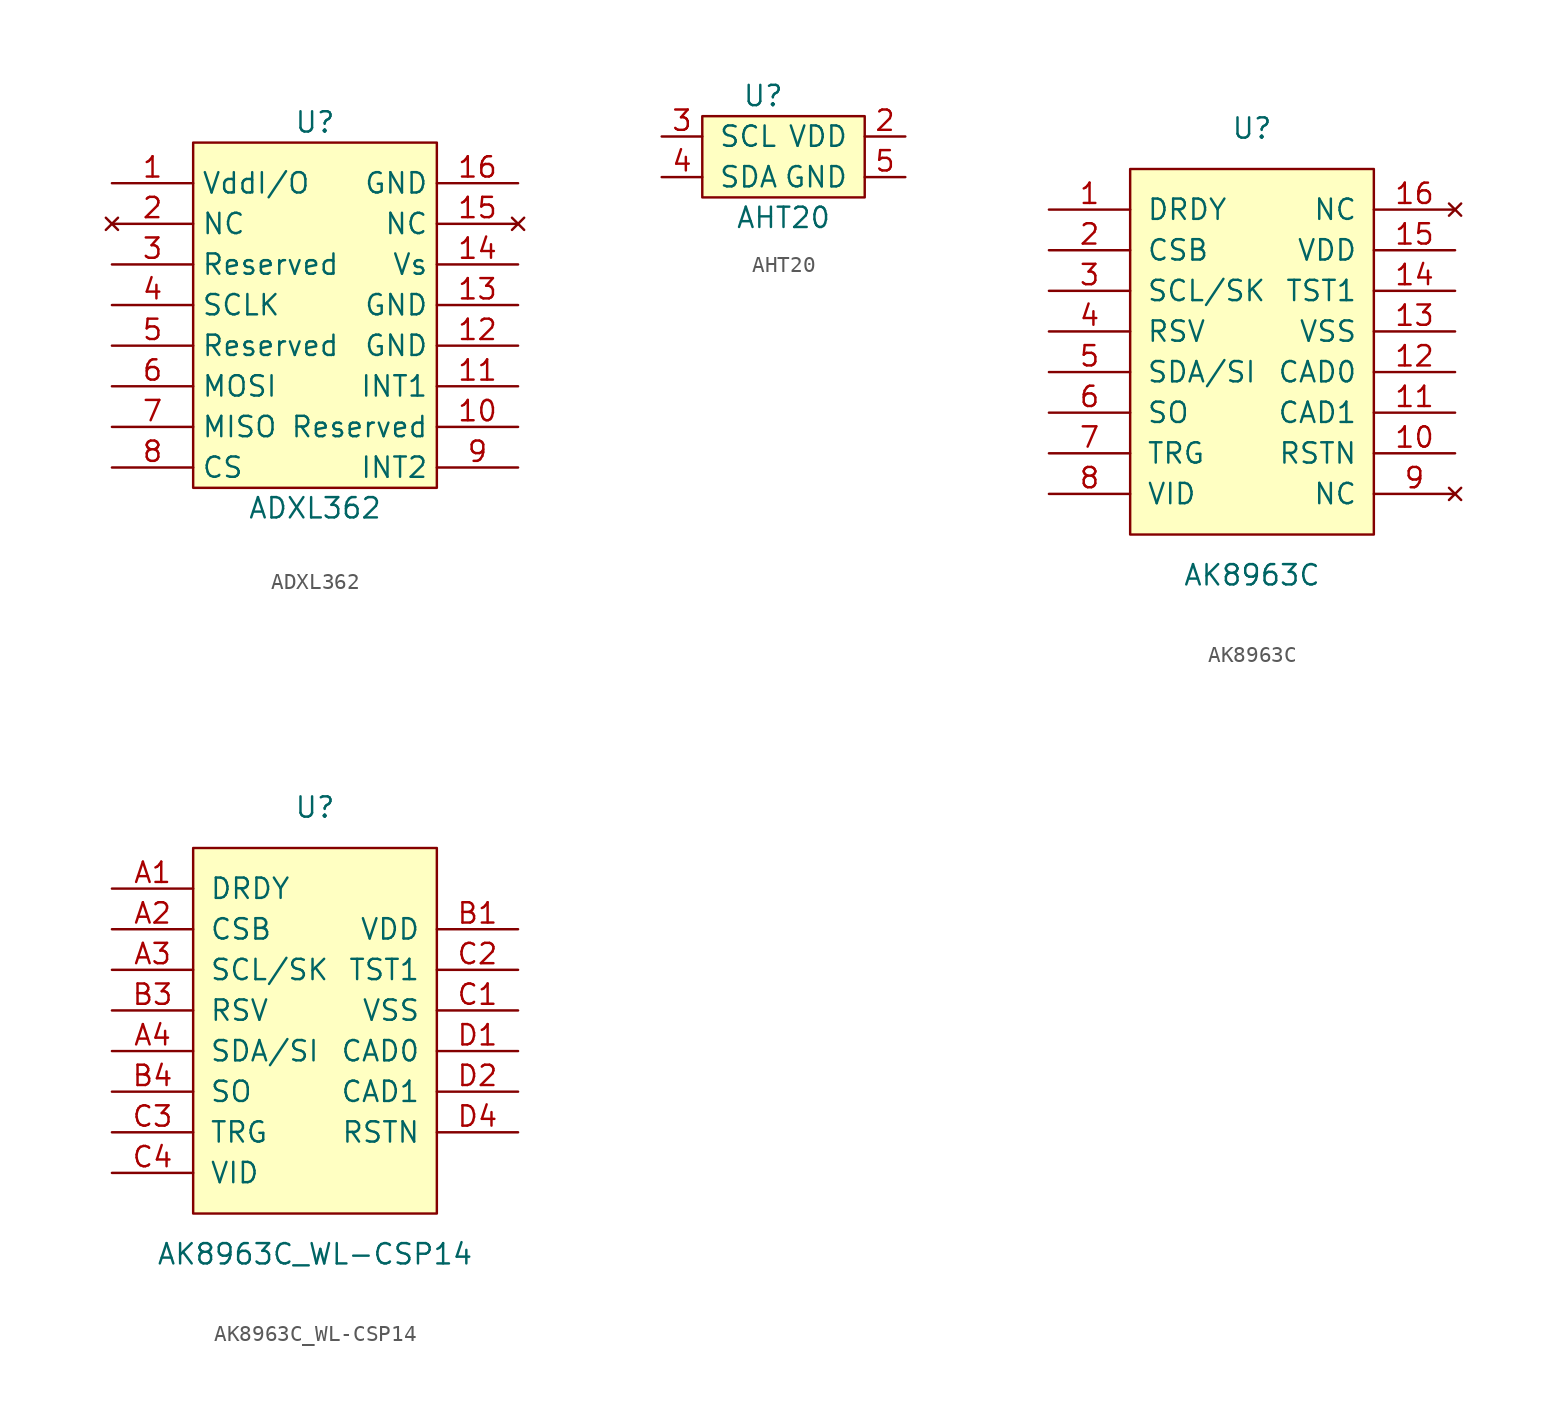
<source format=kicad_sym>
(kicad_symbol_lib
  (version 20220914)
  (generator kicad_symbol_editor)
  (symbol "ADXL362"
    (property "Reference" "U"
      (at 0 12.7 0)
      (effects (font (size 1.27 1.27))))
    (property "Value" "ADXL362"
      (at 0 -11.43 0)
      (effects (font (size 1.27 1.27))))
    (symbol "ADXL362_0_1"
      (rectangle (start 7.62 11.43) (end -7.62 -10.16) (stroke (width 0) (type solid)) (fill (type background))))
    (symbol "ADXL362_1_1"
      (pin power_in line (at -12.7 8.89 0) (length 5.08) (name "VddI/O" (effects (font (size 1.27 1.27)))) (number "1" (effects (font (size 1.27 1.27)))))
      (pin input line (at 12.7 -6.35 180) (length 5.08) (name "Reserved" (effects (font (size 1.27 1.27)))) (number "10" (effects (font (size 1.27 1.27)))))
      (pin bidirectional line (at 12.7 -3.81 180) (length 5.08) (name "INT1" (effects (font (size 1.27 1.27)))) (number "11" (effects (font (size 1.27 1.27)))))
      (pin power_in line (at 12.7 -1.27 180) (length 5.08) (name "GND" (effects (font (size 1.27 1.27)))) (number "12" (effects (font (size 1.27 1.27)))))
      (pin power_in line (at 12.7 1.27 180) (length 5.08) (name "GND" (effects (font (size 1.27 1.27)))) (number "13" (effects (font (size 1.27 1.27)))))
      (pin power_in line (at 12.7 3.81 180) (length 5.08) (name "Vs" (effects (font (size 1.27 1.27)))) (number "14" (effects (font (size 1.27 1.27)))))
      (pin no_connect line (at 12.7 6.35 180) (length 5.08) (name "NC" (effects (font (size 1.27 1.27)))) (number "15" (effects (font (size 1.27 1.27)))))
      (pin power_in line (at 12.7 8.89 180) (length 5.08) (name "GND" (effects (font (size 1.27 1.27)))) (number "16" (effects (font (size 1.27 1.27)))))
      (pin no_connect line (at -12.7 6.35 0) (length 5.08) (name "NC" (effects (font (size 1.27 1.27)))) (number "2" (effects (font (size 1.27 1.27)))))
      (pin input line (at -12.7 3.81 0) (length 5.08) (name "Reserved" (effects (font (size 1.27 1.27)))) (number "3" (effects (font (size 1.27 1.27)))))
      (pin input line (at -12.7 1.27 0) (length 5.08) (name "SCLK" (effects (font (size 1.27 1.27)))) (number "4" (effects (font (size 1.27 1.27)))))
      (pin input line (at -12.7 -1.27 0) (length 5.08) (name "Reserved" (effects (font (size 1.27 1.27)))) (number "5" (effects (font (size 1.27 1.27)))))
      (pin bidirectional line (at -12.7 -3.81 0) (length 5.08) (name "MOSI" (effects (font (size 1.27 1.27)))) (number "6" (effects (font (size 1.27 1.27)))))
      (pin bidirectional line (at -12.7 -6.35 0) (length 5.08) (name "MISO" (effects (font (size 1.27 1.27)))) (number "7" (effects (font (size 1.27 1.27)))))
      (pin output line (at -12.7 -8.89 0) (length 5.08) (name "CS" (effects (font (size 1.27 1.27)))) (number "8" (effects (font (size 1.27 1.27)))))
      (pin bidirectional line (at 12.7 -8.89 180) (length 5.08) (name "INT2" (effects (font (size 1.27 1.27)))) (number "9" (effects (font (size 1.27 1.27)))))))
  (symbol "AHT20"
    (pin_names
      (offset 1.016))
    (property "Reference" "U"
      (at -1.27 3.81 0)
      (effects (font (size 1.27 1.27))))
    (property "Value" "AHT20"
      (at 0 -3.81 0)
      (effects (font (size 1.27 1.27))))
    (symbol "AHT20_0_1"
      (rectangle (start -5.08 2.54) (end 5.08 -2.54) (stroke (width 0) (type solid)) (fill (type background))))
    (symbol "AHT20_1_1"
      (pin power_in line (at 7.62 1.27 180) (length 2.54) (name "VDD" (effects (font (size 1.27 1.27)))) (number "2" (effects (font (size 1.27 1.27)))))
      (pin bidirectional line (at -7.62 1.27 0) (length 2.54) (name "SCL" (effects (font (size 1.27 1.27)))) (number "3" (effects (font (size 1.27 1.27)))))
      (pin bidirectional line (at -7.62 -1.27 0) (length 2.54) (name "SDA" (effects (font (size 1.27 1.27)))) (number "4" (effects (font (size 1.27 1.27)))))
      (pin power_in line (at 7.62 -1.27 180) (length 2.54) (name "GND" (effects (font (size 1.27 1.27)))) (number "5" (effects (font (size 1.27 1.27)))))))
  (symbol "AK8963C"
    (pin_names
      (offset 1.016))
    (property "Reference" "U"
      (at 0 12.7 0)
      (effects (font (size 1.27 1.27))))
    (property "Value" "AK8963C"
      (at 0 -15.24 0)
      (effects (font (size 1.27 1.27))))
    (symbol "AK8963C_0_1"
      (rectangle (start -7.62 10.16) (end 7.62 -12.7) (stroke (width 0) (type solid)) (fill (type background))))
    (symbol "AK8963C_1_1"
      (pin output line (at -12.7 7.62 0) (length 5.08) (name "DRDY" (effects (font (size 1.27 1.27)))) (number "1" (effects (font (size 1.27 1.27)))))
      (pin input line (at 12.7 -7.62 180) (length 5.08) (name "RSTN" (effects (font (size 1.27 1.27)))) (number "10" (effects (font (size 1.27 1.27)))))
      (pin input line (at 12.7 -5.08 180) (length 5.08) (name "CAD1" (effects (font (size 1.27 1.27)))) (number "11" (effects (font (size 1.27 1.27)))))
      (pin input line (at 12.7 -2.54 180) (length 5.08) (name "CAD0" (effects (font (size 1.27 1.27)))) (number "12" (effects (font (size 1.27 1.27)))))
      (pin output line (at 12.7 0 180) (length 5.08) (name "VSS" (effects (font (size 1.27 1.27)))) (number "13" (effects (font (size 1.27 1.27)))))
      (pin input line (at 12.7 2.54 180) (length 5.08) (name "TST1" (effects (font (size 1.27 1.27)))) (number "14" (effects (font (size 1.27 1.27)))))
      (pin power_in line (at 12.7 5.08 180) (length 5.08) (name "VDD" (effects (font (size 1.27 1.27)))) (number "15" (effects (font (size 1.27 1.27)))))
      (pin no_connect line (at 12.7 7.62 180) (length 5.08) (name "NC" (effects (font (size 1.27 1.27)))) (number "16" (effects (font (size 1.27 1.27)))))
      (pin input line (at -12.7 5.08 0) (length 5.08) (name "CSB" (effects (font (size 1.27 1.27)))) (number "2" (effects (font (size 1.27 1.27)))))
      (pin input line (at -12.7 2.54 0) (length 5.08) (name "SCL/SK" (effects (font (size 1.27 1.27)))) (number "3" (effects (font (size 1.27 1.27)))))
      (pin input line (at -12.7 0 0) (length 5.08) (name "RSV" (effects (font (size 1.27 1.27)))) (number "4" (effects (font (size 1.27 1.27)))))
      (pin bidirectional line (at -12.7 -2.54 0) (length 5.08) (name "SDA/SI" (effects (font (size 1.27 1.27)))) (number "5" (effects (font (size 1.27 1.27)))))
      (pin output line (at -12.7 -5.08 0) (length 5.08) (name "SO" (effects (font (size 1.27 1.27)))) (number "6" (effects (font (size 1.27 1.27)))))
      (pin input line (at -12.7 -7.62 0) (length 5.08) (name "TRG" (effects (font (size 1.27 1.27)))) (number "7" (effects (font (size 1.27 1.27)))))
      (pin output line (at -12.7 -10.16 0) (length 5.08) (name "VID" (effects (font (size 1.27 1.27)))) (number "8" (effects (font (size 1.27 1.27)))))
      (pin no_connect line (at 12.7 -10.16 180) (length 5.08) (name "NC" (effects (font (size 1.27 1.27)))) (number "9" (effects (font (size 1.27 1.27)))))))
  (symbol "AK8963C_WL-CSP14"
    (pin_names
      (offset 1.016))
    (property "Reference" "U"
      (at 0 12.7 0)
      (effects (font (size 1.27 1.27))))
    (property "Value" "AK8963C_WL-CSP14"
      (at 0 -15.24 0)
      (effects (font (size 1.27 1.27))))
    (symbol "AK8963C_WL-CSP14_0_1"
      (rectangle (start -7.62 10.16) (end 7.62 -12.7) (stroke (width 0) (type solid)) (fill (type background))))
    (symbol "AK8963C_WL-CSP14_1_1"
      (pin output line (at -12.7 7.62 0) (length 5.08) (name "DRDY" (effects (font (size 1.27 1.27)))) (number "A1" (effects (font (size 1.27 1.27)))))
      (pin input line (at -12.7 5.08 0) (length 5.08) (name "CSB" (effects (font (size 1.27 1.27)))) (number "A2" (effects (font (size 1.27 1.27)))))
      (pin input line (at -12.7 2.54 0) (length 5.08) (name "SCL/SK" (effects (font (size 1.27 1.27)))) (number "A3" (effects (font (size 1.27 1.27)))))
      (pin bidirectional line (at -12.7 -2.54 0) (length 5.08) (name "SDA/SI" (effects (font (size 1.27 1.27)))) (number "A4" (effects (font (size 1.27 1.27)))))
      (pin power_in line (at 12.7 5.08 180) (length 5.08) (name "VDD" (effects (font (size 1.27 1.27)))) (number "B1" (effects (font (size 1.27 1.27)))))
      (pin input line (at -12.7 0 0) (length 5.08) (name "RSV" (effects (font (size 1.27 1.27)))) (number "B3" (effects (font (size 1.27 1.27)))))
      (pin output line (at -12.7 -5.08 0) (length 5.08) (name "SO" (effects (font (size 1.27 1.27)))) (number "B4" (effects (font (size 1.27 1.27)))))
      (pin output line (at 12.7 0 180) (length 5.08) (name "VSS" (effects (font (size 1.27 1.27)))) (number "C1" (effects (font (size 1.27 1.27)))))
      (pin input line (at 12.7 2.54 180) (length 5.08) (name "TST1" (effects (font (size 1.27 1.27)))) (number "C2" (effects (font (size 1.27 1.27)))))
      (pin input line (at -12.7 -7.62 0) (length 5.08) (name "TRG" (effects (font (size 1.27 1.27)))) (number "C3" (effects (font (size 1.27 1.27)))))
      (pin output line (at -12.7 -10.16 0) (length 5.08) (name "VID" (effects (font (size 1.27 1.27)))) (number "C4" (effects (font (size 1.27 1.27)))))
      (pin input line (at 12.7 -2.54 180) (length 5.08) (name "CAD0" (effects (font (size 1.27 1.27)))) (number "D1" (effects (font (size 1.27 1.27)))))
      (pin input line (at 12.7 -5.08 180) (length 5.08) (name "CAD1" (effects (font (size 1.27 1.27)))) (number "D2" (effects (font (size 1.27 1.27)))))
      (pin input line (at 12.7 -7.62 180) (length 5.08) (name "RSTN" (effects (font (size 1.27 1.27)))) (number "D4" (effects (font (size 1.27 1.27))))))))
</source>
